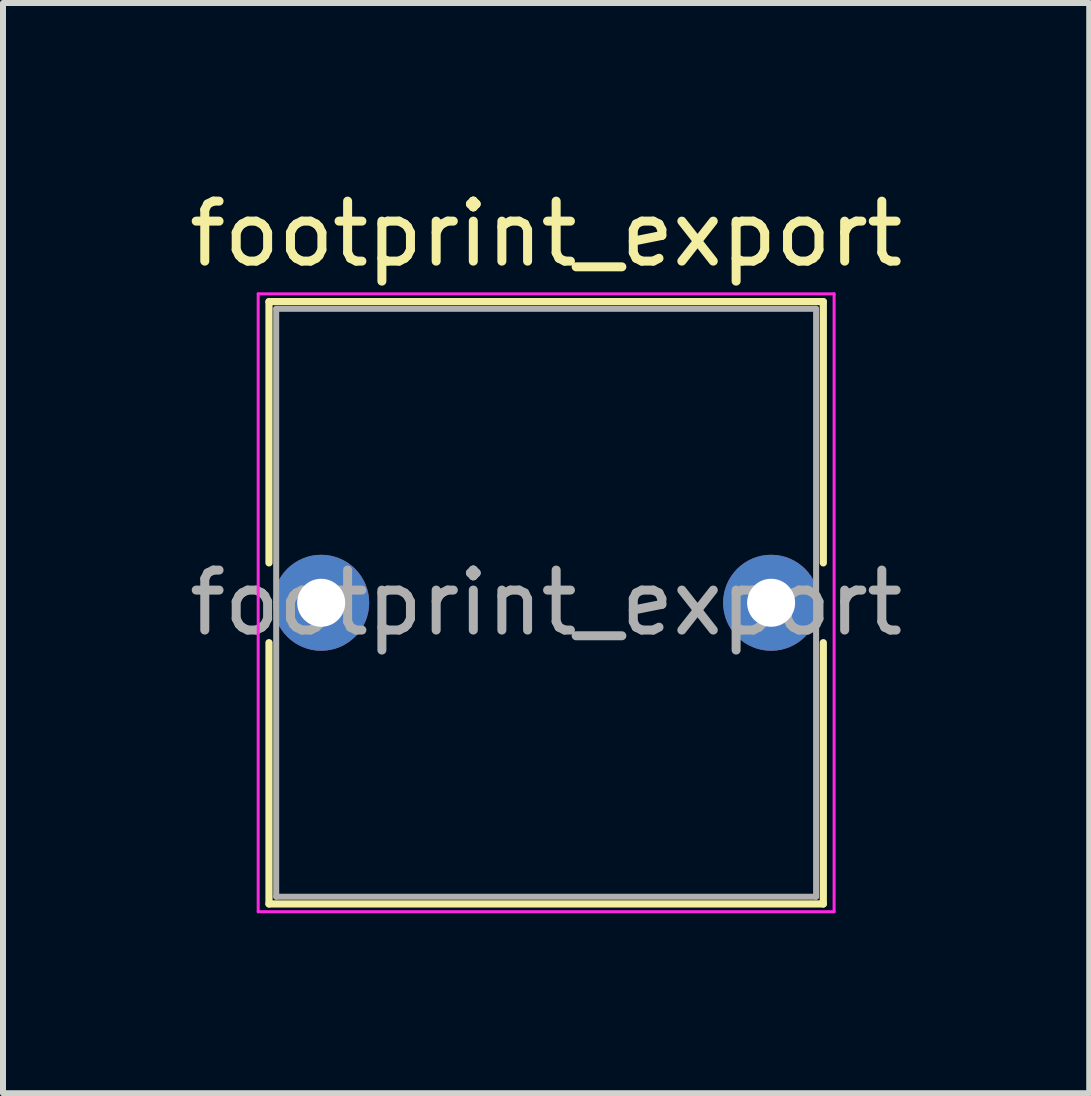
<source format=kicad_pcb>
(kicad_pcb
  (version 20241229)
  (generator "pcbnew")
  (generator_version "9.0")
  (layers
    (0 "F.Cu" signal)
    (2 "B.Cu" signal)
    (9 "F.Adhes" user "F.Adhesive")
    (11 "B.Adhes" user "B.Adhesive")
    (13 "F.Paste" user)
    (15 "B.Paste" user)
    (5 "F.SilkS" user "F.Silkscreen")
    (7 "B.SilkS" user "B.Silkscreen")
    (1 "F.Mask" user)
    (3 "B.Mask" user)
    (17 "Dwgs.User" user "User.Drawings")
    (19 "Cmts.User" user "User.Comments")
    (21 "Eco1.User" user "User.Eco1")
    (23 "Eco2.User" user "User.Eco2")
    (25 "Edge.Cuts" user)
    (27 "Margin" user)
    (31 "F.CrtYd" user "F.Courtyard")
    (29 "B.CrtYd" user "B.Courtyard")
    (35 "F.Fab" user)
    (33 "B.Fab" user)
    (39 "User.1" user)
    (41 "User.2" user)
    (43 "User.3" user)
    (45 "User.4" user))
  (footprint "footprint_export"
    (layer "F.Cu")
    (at 2.304 6.998)
    (property "Reference" "footprint_export" (at 3.75 -6.15 0) (layer "F.SilkS") (effects (font (size 1 1) (thickness 0.15))))
    (attr through_hole)
    (fp_line (start -0.87 -5.02) (end -0.87 -0.665) (stroke (width 0.12) (type solid)) (layer "F.SilkS"))
    (fp_line (start -0.87 -5.02) (end 8.37 -5.02) (stroke (width 0.12) (type solid)) (layer "F.SilkS"))
    (fp_line (start -0.87 0.665) (end -0.87 5.02) (stroke (width 0.12) (type solid)) (layer "F.SilkS"))
    (fp_line (start -0.87 5.02) (end 8.37 5.02) (stroke (width 0.12) (type solid)) (layer "F.SilkS"))
    (fp_line (start 8.37 -5.02) (end 8.37 -0.665) (stroke (width 0.12) (type solid)) (layer "F.SilkS"))
    (fp_line (start 8.37 0.665) (end 8.37 5.02) (stroke (width 0.12) (type solid)) (layer "F.SilkS"))
    (fp_line (start -1.05 -5.15) (end -1.05 5.15) (stroke (width 0.05) (type solid)) (layer "F.CrtYd"))
    (fp_line (start -1.05 5.15) (end 8.55 5.15) (stroke (width 0.05) (type solid)) (layer "F.CrtYd"))
    (fp_line (start 8.55 -5.15) (end -1.05 -5.15) (stroke (width 0.05) (type solid)) (layer "F.CrtYd"))
    (fp_line (start 8.55 5.15) (end 8.55 -5.15) (stroke (width 0.05) (type solid)) (layer "F.CrtYd"))
    (fp_line (start -0.75 -4.9) (end -0.75 4.9) (stroke (width 0.1) (type solid)) (layer "F.Fab"))
    (fp_line (start -0.75 4.9) (end 8.25 4.9) (stroke (width 0.1) (type solid)) (layer "F.Fab"))
    (fp_line (start 8.25 -4.9) (end -0.75 -4.9) (stroke (width 0.1) (type solid)) (layer "F.Fab"))
    (fp_line (start 8.25 4.9) (end 8.25 -4.9) (stroke (width 0.1) (type solid)) (layer "F.Fab"))
    (fp_text user "${REFERENCE}" (at 3.75 0 0) (layer "F.Fab") (effects (font (size 1 1) (thickness 0.15))))
    (pad "1" thru_hole circle (at 0 0) (size 1.6 1.6) (drill 0.8) (layers "*.Cu" "*.Mask"))
    (pad "2" thru_hole circle (at 7.5 0) (size 1.6 1.6) (drill 0.8) (layers "*.Cu" "*.Mask")))
  (gr_rect
    (start -3 -3)
    (end 15.107 15.173)
    (stroke (width 0.1) (type default))
    (fill no)
    (layer "Edge.Cuts")))
</source>
